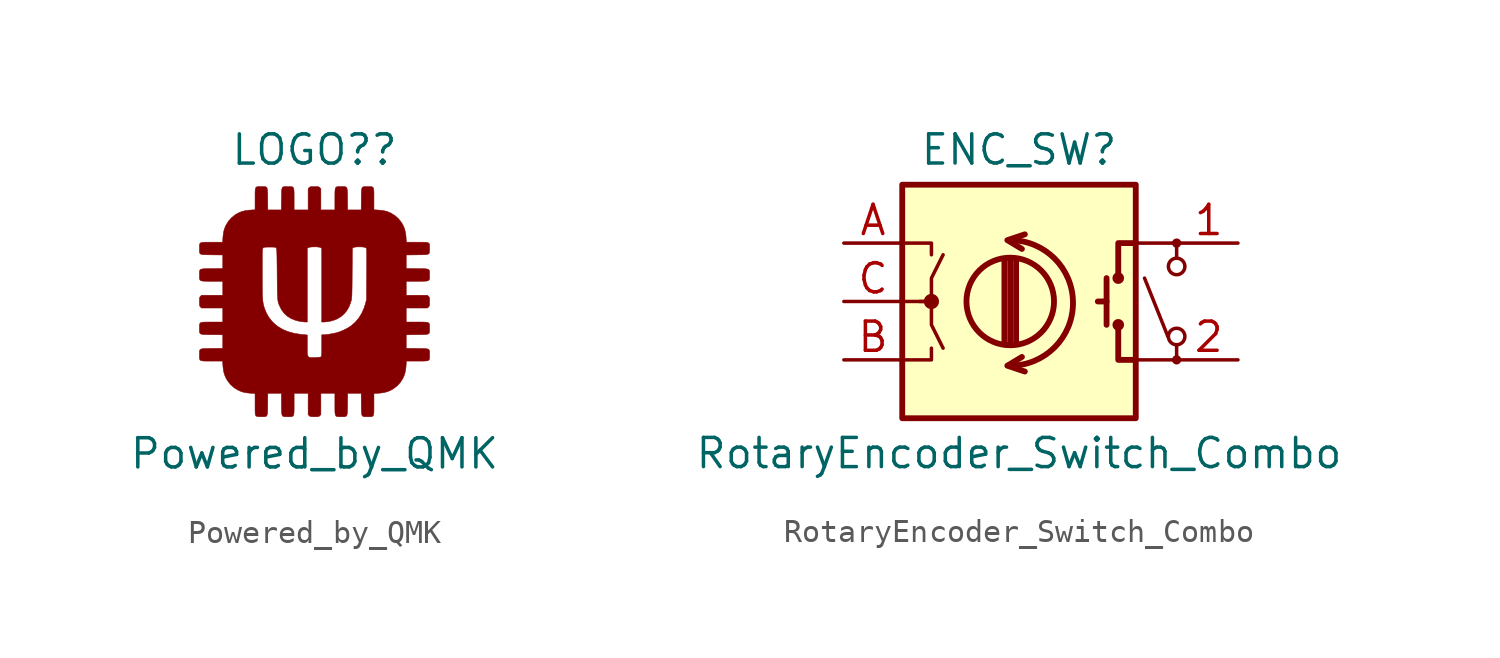
<source format=kicad_sym>
(kicad_symbol_lib
  (version 20211014)
  (generator kicad_symbol_editor)
  (symbol "Powered_by_QMK"
    (pin_names
      (offset 1.016))
    (property "Reference" "LOGO?"
      (at 0 6.604 0)
      (effects (font (size 1.27 1.27))))
    (property "Value" "Powered_by_QMK"
      (at 0 -6.604 0)
      (effects (font (size 1.27 1.27))))
    (symbol "Powered_by_QMK_0_0"
      (polyline (pts (xy 2.315 -5.003) (xy 2.388 -5.003) (xy 2.45 -5.002) (xy 2.497 -4.995) (xy 2.532 -4.978) (xy 2.556 -4.948) (xy 2.571 -4.901) (xy 2.58 -4.832) (xy 2.584 -4.739) (xy 2.584 -4.616) (xy 2.584 -4.46) (xy 2.584 -3.993) (xy 2.776 -3.982) (xy 2.857 -3.976) (xy 3.027 -3.952) (xy 3.175 -3.912) (xy 3.311 -3.855) (xy 3.438 -3.781) (xy 3.603 -3.653) (xy 3.74 -3.5) (xy 3.849 -3.322) (xy 3.888 -3.238) (xy 3.935 -3.1) (xy 3.965 -2.95) (xy 3.982 -2.776) (xy 3.993 -2.584) (xy 4.46 -2.584) (xy 4.607 -2.584) (xy 4.732 -2.584) (xy 4.827 -2.58) (xy 4.897 -2.572) (xy 4.946 -2.557) (xy 4.976 -2.534) (xy 4.994 -2.5) (xy 5.001 -2.453) (xy 5.003 -2.393) (xy 5.003 -2.315) (xy 5.003 -2.239) (xy 5.002 -2.176) (xy 4.995 -2.128) (xy 4.978 -2.093) (xy 4.948 -2.068) (xy 4.901 -2.052) (xy 4.832 -2.043) (xy 4.738 -2.038) (xy 4.615 -2.036) (xy 4.46 -2.034) (xy 3.987 -2.029) (xy 3.987 -1.442) (xy 4.46 -1.436) (xy 4.609 -1.435) (xy 4.734 -1.432) (xy 4.829 -1.428) (xy 4.898 -1.419) (xy 4.946 -1.403) (xy 4.977 -1.379) (xy 4.994 -1.344) (xy 5.001 -1.297) (xy 5.003 -1.236) (xy 5.003 -1.157) (xy 5.003 -1.085) (xy 5.001 -1.022) (xy 4.994 -0.975) (xy 4.977 -0.94) (xy 4.946 -0.915) (xy 4.899 -0.899) (xy 4.829 -0.891) (xy 4.735 -0.887) (xy 4.611 -0.886) (xy 4.455 -0.886) (xy 3.987 -0.886) (xy 3.987 -0.277) (xy 4.912 -0.277) (xy 4.958 -0.23) (xy 4.979 -0.207) (xy 4.992 -0.181) (xy 4.999 -0.143) (xy 5.002 -0.086) (xy 5.003 0) (xy 5.003 0.005) (xy 5.002 0.089) (xy 4.998 0.145) (xy 4.991 0.182) (xy 4.978 0.208) (xy 4.957 0.232) (xy 4.912 0.277) (xy 3.987 0.277) (xy 3.987 0.886) (xy 4.452 0.886) (xy 4.601 0.886) (xy 4.727 0.887) (xy 4.823 0.89) (xy 4.894 0.899) (xy 4.943 0.914) (xy 4.975 0.937) (xy 4.993 0.971) (xy 5.001 1.018) (xy 5.003 1.078) (xy 5.003 1.155) (xy 5.003 1.231) (xy 5.002 1.294) (xy 4.995 1.342) (xy 4.978 1.377) (xy 4.948 1.402) (xy 4.901 1.418) (xy 4.832 1.427) (xy 4.738 1.432) (xy 4.615 1.434) (xy 4.46 1.436) (xy 3.987 1.442) (xy 3.987 2.029) (xy 4.46 2.034) (xy 4.61 2.036) (xy 4.734 2.038) (xy 4.829 2.043) (xy 4.899 2.052) (xy 4.947 2.067) (xy 4.977 2.092) (xy 4.994 2.127) (xy 5.001 2.174) (xy 5.003 2.236) (xy 5.003 2.315) (xy 5.003 2.388) (xy 5.002 2.45) (xy 4.995 2.497) (xy 4.978 2.532) (xy 4.948 2.556) (xy 4.901 2.571) (xy 4.832 2.58) (xy 4.739 2.584) (xy 4.616 2.584) (xy 4.46 2.584) (xy 3.993 2.584) (xy 3.982 2.776) (xy 3.973 2.887) (xy 3.948 3.045) (xy 3.908 3.187) (xy 3.849 3.322) (xy 3.777 3.446) (xy 3.649 3.607) (xy 3.494 3.743) (xy 3.311 3.855) (xy 3.253 3.882) (xy 3.113 3.932) (xy 2.957 3.964) (xy 2.776 3.982) (xy 2.584 3.993) (xy 2.584 4.46) (xy 2.584 4.607) (xy 2.584 4.732) (xy 2.58 4.827) (xy 2.572 4.897) (xy 2.557 4.946) (xy 2.534 4.976) (xy 2.5 4.994) (xy 2.453 5.001) (xy 2.393 5.003) (xy 2.315 5.002) (xy 2.239 5.003) (xy 2.176 5.002) (xy 2.128 4.995) (xy 2.093 4.978) (xy 2.068 4.948) (xy 2.052 4.901) (xy 2.043 4.832) (xy 2.038 4.738) (xy 2.036 4.615) (xy 2.034 4.46) (xy 2.029 3.987) (xy 1.442 3.987) (xy 1.436 4.46) (xy 1.435 4.609) (xy 1.432 4.734) (xy 1.428 4.828) (xy 1.419 4.898) (xy 1.403 4.946) (xy 1.379 4.977) (xy 1.344 4.994) (xy 1.297 5.001) (xy 1.236 5.003) (xy 1.157 5.002) (xy 1.085 5.003) (xy 1.022 5.001) (xy 0.975 4.994) (xy 0.94 4.977) (xy 0.915 4.946) (xy 0.899 4.899) (xy 0.891 4.829) (xy 0.887 4.735) (xy 0.886 4.611) (xy 0.886 4.455) (xy 0.886 3.987) (xy 0.277 3.987) (xy 0.277 4.912) (xy 0.232 4.957) (xy 0.23 4.958) (xy 0.207 4.979) (xy 0.181 4.992) (xy 0.143 4.999) (xy 0.086 5.002) (xy 0 5.002) (xy -0.005 5.002) (xy -0.089 5.002) (xy -0.145 4.998) (xy -0.182 4.991) (xy -0.208 4.978) (xy -0.232 4.957) (xy -0.277 4.912) (xy -0.277 3.987) (xy -0.886 3.987) (xy -0.886 4.452) (xy -0.886 4.601) (xy -0.887 4.727) (xy -0.89 4.823) (xy -0.899 4.894) (xy -0.914 4.943) (xy -0.937 4.975) (xy -0.971 4.993) (xy -1.018 5.001) (xy -1.078 5.003) (xy -1.155 5.002) (xy -1.231 5.003) (xy -1.294 5.002) (xy -1.342 4.995) (xy -1.377 4.978) (xy -1.402 4.948) (xy -1.418 4.901) (xy -1.427 4.832) (xy -1.432 4.738) (xy -1.434 4.615) (xy -1.436 4.46) (xy -1.442 3.987) (xy -2.029 3.987) (xy -2.034 4.46) (xy -2.036 4.61) (xy -2.038 4.734) (xy -2.043 4.829) (xy -2.052 4.899) (xy -2.067 4.947) (xy -2.092 4.977) (xy -2.127 4.994) (xy -2.174 5.001) (xy -2.236 5.003) (xy -2.315 5.002) (xy -2.388 5.003) (xy -2.45 5.001) (xy -2.497 4.994) (xy -2.532 4.978) (xy -2.556 4.948) (xy -2.571 4.901) (xy -2.58 4.832) (xy -2.584 4.739) (xy -2.584 4.616) (xy -2.584 4.46) (xy -2.584 3.993) (xy -2.776 3.982) (xy -2.86 3.976) (xy -3.028 3.952) (xy -3.176 3.912) (xy -3.312 3.854) (xy -3.441 3.779) (xy -3.605 3.65) (xy -3.743 3.494) (xy -3.854 3.312) (xy -3.882 3.251) (xy -3.932 3.111) (xy -3.964 2.956) (xy -3.982 2.776) (xy -3.993 2.584) (xy -4.46 2.584) (xy -4.607 2.584) (xy -4.732 2.584) (xy -4.827 2.58) (xy -4.897 2.572) (xy -4.946 2.557) (xy -4.976 2.534) (xy -4.994 2.5) (xy -5.001 2.453) (xy -5.003 2.393) (xy -5.002 2.315) (xy -5.003 2.239) (xy -5.002 2.176) (xy -4.995 2.128) (xy -4.978 2.093) (xy -4.948 2.068) (xy -4.901 2.052) (xy -4.832 2.043) (xy -4.738 2.038) (xy -4.615 2.036) (xy -4.46 2.034) (xy -3.987 2.029) (xy -3.987 1.478) (xy -2.27 1.478) (xy -2.27 1.667) (xy -2.27 1.824) (xy -2.269 1.953) (xy -2.268 2.058) (xy -2.267 2.14) (xy -2.264 2.203) (xy -2.261 2.249) (xy -2.257 2.282) (xy -2.253 2.304) (xy -2.247 2.319) (xy -2.24 2.329) (xy -2.232 2.337) (xy -2.223 2.344) (xy -2.201 2.356) (xy -2.169 2.364) (xy -2.12 2.369) (xy -2.048 2.371) (xy -1.946 2.372) (xy -1.912 2.372) (xy -1.819 2.371) (xy -1.754 2.368) (xy -1.712 2.362) (xy -1.685 2.353) (xy -1.667 2.339) (xy -1.664 2.336) (xy -1.657 2.325) (xy -1.652 2.309) (xy -1.647 2.284) (xy -1.643 2.248) (xy -1.639 2.197) (xy -1.637 2.129) (xy -1.634 2.042) (xy -1.632 1.931) (xy -1.63 1.795) (xy -1.628 1.63) (xy -1.626 1.434) (xy -1.624 1.204) (xy -1.623 1.101) (xy -1.621 0.876) (xy -1.619 0.684) (xy -1.616 0.521) (xy -1.613 0.385) (xy -1.609 0.27) (xy -1.604 0.175) (xy -1.597 0.096) (xy -1.588 0.03) (xy -1.577 -0.026) (xy -1.563 -0.075) (xy -1.546 -0.122) (xy -1.526 -0.169) (xy -1.502 -0.218) (xy -1.474 -0.275) (xy -1.43 -0.356) (xy -1.32 -0.507) (xy -1.184 -0.631) (xy -1.022 -0.732) (xy -0.831 -0.809) (xy -0.764 -0.829) (xy -0.633 -0.859) (xy -0.504 -0.878) (xy -0.392 -0.886) (xy -0.314 -0.886) (xy -0.314 2.328) (xy -0.25 2.354) (xy -0.215 2.365) (xy -0.142 2.376) (xy -0.052 2.381) (xy 0.043 2.382) (xy 0.134 2.377) (xy 0.21 2.368) (xy 0.259 2.353) (xy 0.314 2.325) (xy 0.314 -0.886) (xy 0.402 -0.886) (xy 0.42 -0.886) (xy 0.56 -0.873) (xy 0.711 -0.845) (xy 0.855 -0.803) (xy 0.979 -0.752) (xy 1.152 -0.651) (xy 1.3 -0.521) (xy 1.423 -0.365) (xy 1.52 -0.184) (xy 1.59 0.021) (xy 1.595 0.042) (xy 1.603 0.075) (xy 1.61 0.11) (xy 1.615 0.149) (xy 1.62 0.197) (xy 1.623 0.256) (xy 1.627 0.329) (xy 1.629 0.42) (xy 1.631 0.532) (xy 1.633 0.667) (xy 1.635 0.83) (xy 1.636 1.024) (xy 1.638 1.251) (xy 1.646 2.326) (xy 1.699 2.354) (xy 1.703 2.356) (xy 1.754 2.37) (xy 1.833 2.379) (xy 1.944 2.381) (xy 2.031 2.38) (xy 2.131 2.372) (xy 2.2 2.357) (xy 2.243 2.333) (xy 2.263 2.3) (xy 2.264 2.279) (xy 2.265 2.224) (xy 2.267 2.138) (xy 2.268 2.025) (xy 2.268 1.889) (xy 2.268 1.731) (xy 2.268 1.557) (xy 2.267 1.369) (xy 2.266 1.171) (xy 2.26 0.083) (xy 2.21 -0.101) (xy 2.157 -0.268) (xy 2.055 -0.502) (xy 1.926 -0.711) (xy 1.77 -0.894) (xy 1.589 -1.051) (xy 1.547 -1.081) (xy 1.416 -1.16) (xy 1.268 -1.236) (xy 1.118 -1.3) (xy 0.978 -1.346) (xy 0.909 -1.363) (xy 0.8 -1.386) (xy 0.683 -1.407) (xy 0.569 -1.424) (xy 0.468 -1.435) (xy 0.392 -1.44) (xy 0.314 -1.44) (xy 0.314 -2.016) (xy 0.314 -2.136) (xy 0.312 -2.226) (xy 0.311 -2.292) (xy 0.307 -2.337) (xy 0.302 -2.367) (xy 0.295 -2.384) (xy 0.285 -2.395) (xy 0.272 -2.402) (xy 0.253 -2.409) (xy 0.199 -2.418) (xy 0.123 -2.425) (xy 0.037 -2.429) (xy -0.052 -2.432) (xy -0.135 -2.433) (xy -0.198 -2.427) (xy -0.244 -2.413) (xy -0.276 -2.384) (xy -0.297 -2.338) (xy -0.308 -2.271) (xy -0.313 -2.179) (xy -0.314 -2.057) (xy -0.314 -1.902) (xy -0.314 -1.448) (xy -0.553 -1.425) (xy -0.642 -1.415) (xy -0.915 -1.369) (xy -1.162 -1.299) (xy -1.383 -1.206) (xy -1.581 -1.088) (xy -1.757 -0.945) (xy -1.854 -0.846) (xy -1.987 -0.676) (xy -2.093 -0.489) (xy -2.177 -0.277) (xy -2.192 -0.228) (xy -2.209 -0.171) (xy -2.223 -0.112) (xy -2.235 -0.05) (xy -2.244 0.02) (xy -2.252 0.101) (xy -2.258 0.195) (xy -2.263 0.307) (xy -2.266 0.439) (xy -2.268 0.595) (xy -2.27 0.778) (xy -2.27 0.992) (xy -2.27 1.238) (xy -2.27 1.478) (xy -3.987 1.478) (xy -3.987 1.442) (xy -4.46 1.436) (xy -4.609 1.435) (xy -4.734 1.432) (xy -4.828 1.428) (xy -4.898 1.419) (xy -4.946 1.403) (xy -4.977 1.379) (xy -4.994 1.344) (xy -5.001 1.297) (xy -5.003 1.236) (xy -5.002 1.157) (xy -5.003 1.085) (xy -5.001 1.022) (xy -4.994 0.975) (xy -4.977 0.94) (xy -4.946 0.915) (xy -4.899 0.899) (xy -4.829 0.891) (xy -4.735 0.887) (xy -4.611 0.886) (xy -4.455 0.886) (xy -3.987 0.886) (xy -3.987 0.277) (xy -4.912 0.277) (xy -4.958 0.23) (xy -4.979 0.207) (xy -4.992 0.181) (xy -4.999 0.143) (xy -5.002 0.086) (xy -5.002 0) (xy -5.002 -0.005) (xy -5.002 -0.089) (xy -4.998 -0.146) (xy -4.991 -0.182) (xy -4.978 -0.208) (xy -4.957 -0.232) (xy -4.912 -0.277) (xy -3.987 -0.277) (xy -3.987 -0.886) (xy -4.452 -0.886) (xy -4.601 -0.886) (xy -4.727 -0.887) (xy -4.823 -0.89) (xy -4.894 -0.899) (xy -4.943 -0.914) (xy -4.975 -0.937) (xy -4.993 -0.971) (xy -5.001 -1.018) (xy -5.003 -1.078) (xy -5.002 -1.155) (xy -5.003 -1.231) (xy -5.002 -1.294) (xy -4.995 -1.342) (xy -4.978 -1.377) (xy -4.948 -1.402) (xy -4.901 -1.418) (xy -4.832 -1.427) (xy -4.738 -1.432) (xy -4.615 -1.435) (xy -4.46 -1.436) (xy -3.987 -1.442) (xy -3.987 -2.029) (xy -4.46 -2.034) (xy -4.61 -2.036) (xy -4.734 -2.038) (xy -4.829 -2.043) (xy -4.899 -2.052) (xy -4.947 -2.067) (xy -4.977 -2.092) (xy -4.994 -2.127) (xy -5.001 -2.174) (xy -5.003 -2.236) (xy -5.002 -2.315) (xy -5.003 -2.388) (xy -5.001 -2.45) (xy -4.994 -2.497) (xy -4.978 -2.532) (xy -4.948 -2.556) (xy -4.901 -2.571) (xy -4.832 -2.58) (xy -4.739 -2.584) (xy -4.616 -2.584) (xy -4.46 -2.584) (xy -3.993 -2.584) (xy -3.982 -2.776) (xy -3.976 -2.86) (xy -3.952 -3.028) (xy -3.912 -3.176) (xy -3.854 -3.312) (xy -3.779 -3.441) (xy -3.65 -3.605) (xy -3.494 -3.743) (xy -3.312 -3.854) (xy -3.251 -3.882) (xy -3.111 -3.932) (xy -2.956 -3.964) (xy -2.776 -3.982) (xy -2.584 -3.993) (xy -2.584 -4.537) (xy -2.584 -4.664) (xy -2.583 -4.76) (xy -2.581 -4.831) (xy -2.578 -4.881) (xy -2.573 -4.915) (xy -2.566 -4.937) (xy -2.556 -4.952) (xy -2.544 -4.965) (xy -2.529 -4.977) (xy -2.502 -4.99) (xy -2.463 -4.998) (xy -2.403 -5.002) (xy -2.315 -5.003) (xy -2.239 -5.003) (xy -2.176 -5.002) (xy -2.128 -4.995) (xy -2.093 -4.978) (xy -2.068 -4.948) (xy -2.052 -4.901) (xy -2.043 -4.832) (xy -2.038 -4.738) (xy -2.036 -4.615) (xy -2.034 -4.46) (xy -2.029 -3.987) (xy -1.442 -3.987) (xy -1.436 -4.46) (xy -1.435 -4.609) (xy -1.432 -4.734) (xy -1.428 -4.829) (xy -1.419 -4.898) (xy -1.403 -4.946) (xy -1.379 -4.977) (xy -1.344 -4.994) (xy -1.297 -5.001) (xy -1.236 -5.003) (xy -1.157 -5.003) (xy -1.085 -5.003) (xy -1.022 -5.001) (xy -0.975 -4.994) (xy -0.94 -4.977) (xy -0.915 -4.946) (xy -0.899 -4.899) (xy -0.891 -4.829) (xy -0.887 -4.735) (xy -0.886 -4.611) (xy -0.886 -4.455) (xy -0.886 -3.987) (xy -0.277 -3.987) (xy -0.277 -4.912) (xy -0.232 -4.957) (xy -0.23 -4.958) (xy -0.207 -4.979) (xy -0.181 -4.992) (xy -0.143 -4.999) (xy -0.086 -5.002) (xy 0 -5.003) (xy 0.005 -5.003) (xy 0.089 -5.002) (xy 0.146 -4.998) (xy 0.182 -4.991) (xy 0.208 -4.978) (xy 0.232 -4.957) (xy 0.277 -4.912) (xy 0.277 -3.987) (xy 0.886 -3.987) (xy 0.886 -4.452) (xy 0.886 -4.601) (xy 0.887 -4.727) (xy 0.89 -4.823) (xy 0.899 -4.894) (xy 0.914 -4.943) (xy 0.937 -4.975) (xy 0.971 -4.993) (xy 1.018 -5.001) (xy 1.078 -5.003) (xy 1.155 -5.003) (xy 1.231 -5.003) (xy 1.294 -5.002) (xy 1.342 -4.995) (xy 1.377 -4.978) (xy 1.402 -4.948) (xy 1.418 -4.901) (xy 1.427 -4.832) (xy 1.432 -4.738) (xy 1.435 -4.615) (xy 1.436 -4.46) (xy 1.442 -3.987) (xy 2.029 -3.987) (xy 2.034 -4.46) (xy 2.036 -4.61) (xy 2.038 -4.734) (xy 2.043 -4.829) (xy 2.052 -4.899) (xy 2.067 -4.947) (xy 2.092 -4.977) (xy 2.127 -4.994) (xy 2.174 -5.001) (xy 2.236 -5.003) (xy 2.315 -5.003)) (stroke (width 0.01) (type default) (color 0 0 0 0)) (fill (type outline)))))
  (symbol "RotaryEncoder_Switch_Combo"
    (pin_names
      (offset 0.254) hide)
    (property "Reference" "ENC_SW"
      (at 0 6.604 0)
      (effects (font (size 1.27 1.27))))
    (property "Value" "RotaryEncoder_Switch_Combo"
      (at 0 -6.604 0)
      (effects (font (size 1.27 1.27))))
    (symbol "RotaryEncoder_Switch_Combo_0_1"
      (rectangle (start -5.08 5.08) (end 5.08 -5.08) (stroke (width 0.254) (type default) (color 0 0 0 0)) (fill (type background)))
      (circle (center -3.81 0) (radius 0.254) (stroke (width 0) (type default) (color 0 0 0 0)) (fill (type outline)))
      (arc (start -0.381 -2.794) (mid 2.3622 -0.0508) (end -0.381 2.667) (stroke (width 0.254) (type default) (color 0 0 0 0)) (fill (type none)))
      (circle (center -0.381 0) (radius 1.905) (stroke (width 0.254) (type default) (color 0 0 0 0)) (fill (type none)))
      (polyline (pts (xy -0.635 -1.778) (xy -0.635 1.778)) (stroke (width 0.254) (type default) (color 0 0 0 0)) (fill (type none)))
      (polyline (pts (xy -0.381 -1.778) (xy -0.381 1.778)) (stroke (width 0.254) (type default) (color 0 0 0 0)) (fill (type none)))
      (polyline (pts (xy -0.127 1.778) (xy -0.127 -1.778)) (stroke (width 0.254) (type default) (color 0 0 0 0)) (fill (type none)))
      (polyline (pts (xy 3.81 0) (xy 3.429 0)) (stroke (width 0.254) (type default) (color 0 0 0 0)) (fill (type none)))
      (polyline (pts (xy 3.81 1.016) (xy 3.81 -1.016)) (stroke (width 0.254) (type default) (color 0 0 0 0)) (fill (type none)))
      (polyline (pts (xy 6.477 -1.524) (xy 5.461 1.016)) (stroke (width 0) (type default) (color 0 0 0 0)) (fill (type none)))
      (polyline (pts (xy 6.858 -2.54) (xy 5.08 -2.54)) (stroke (width 0) (type default) (color 0 0 0 0)) (fill (type none)))
      (polyline (pts (xy 6.858 -1.905) (xy 6.858 -2.54)) (stroke (width 0) (type default) (color 0 0 0 0)) (fill (type none)))
      (polyline (pts (xy 6.858 1.905) (xy 6.858 2.54)) (stroke (width 0) (type default) (color 0 0 0 0)) (fill (type none)))
      (polyline (pts (xy 6.858 2.54) (xy 5.08 2.54)) (stroke (width 0) (type default) (color 0 0 0 0)) (fill (type none)))
      (polyline (pts (xy -5.08 -2.54) (xy -3.81 -2.54) (xy -3.81 -2.032)) (stroke (width 0) (type default) (color 0 0 0 0)) (fill (type none)))
      (polyline (pts (xy -5.08 2.54) (xy -3.81 2.54) (xy -3.81 2.032)) (stroke (width 0) (type default) (color 0 0 0 0)) (fill (type none)))
      (polyline (pts (xy 0.254 -3.048) (xy -0.508 -2.794) (xy 0.127 -2.413)) (stroke (width 0.254) (type default) (color 0 0 0 0)) (fill (type none)))
      (polyline (pts (xy 0.254 2.921) (xy -0.508 2.667) (xy 0.127 2.286)) (stroke (width 0.254) (type default) (color 0 0 0 0)) (fill (type none)))
      (polyline (pts (xy 5.08 -2.54) (xy 4.318 -2.54) (xy 4.318 -1.016)) (stroke (width 0.254) (type default) (color 0 0 0 0)) (fill (type none)))
      (polyline (pts (xy 5.08 2.54) (xy 4.318 2.54) (xy 4.318 1.016)) (stroke (width 0.254) (type default) (color 0 0 0 0)) (fill (type none)))
      (polyline (pts (xy -5.08 0) (xy -3.81 0) (xy -3.81 -1.016) (xy -3.302 -2.032)) (stroke (width 0) (type default) (color 0 0 0 0)) (fill (type none)))
      (polyline (pts (xy -4.318 0) (xy -3.81 0) (xy -3.81 1.016) (xy -3.302 2.032)) (stroke (width 0) (type default) (color 0 0 0 0)) (fill (type none)))
      (circle (center 4.318 -1.016) (radius 0.127) (stroke (width 0.254) (type default) (color 0 0 0 0)) (fill (type none)))
      (circle (center 4.318 1.016) (radius 0.127) (stroke (width 0.254) (type default) (color 0 0 0 0)) (fill (type none)))
      (circle (center 6.858 -2.54) (radius 0.127) (stroke (width 0) (type default) (color 0 0 0 0)) (fill (type none)))
      (circle (center 6.858 -1.524) (radius 0.359) (stroke (width 0) (type default) (color 0 0 0 0)) (fill (type none)))
      (circle (center 6.858 1.524) (radius 0.359) (stroke (width 0) (type default) (color 0 0 0 0)) (fill (type none)))
      (circle (center 6.858 2.54) (radius 0.127) (stroke (width 0) (type default) (color 0 0 0 0)) (fill (type none))))
    (symbol "RotaryEncoder_Switch_Combo_1_1"
      (pin passive line (at 9.525 2.54 180) (length 2.54) (name "1" (effects (font (size 1.27 1.27)))) (number "1" (effects (font (size 1.27 1.27)))))
      (pin passive line (at 9.525 -2.54 180) (length 2.54) (name "2" (effects (font (size 1.27 1.27)))) (number "2" (effects (font (size 1.27 1.27)))))
      (pin passive line (at -7.62 2.54 0) (length 2.54) (name "A" (effects (font (size 1.27 1.27)))) (number "A" (effects (font (size 1.27 1.27)))))
      (pin passive line (at -7.62 -2.54 0) (length 2.54) (name "B" (effects (font (size 1.27 1.27)))) (number "B" (effects (font (size 1.27 1.27)))))
      (pin passive line (at -7.62 0 0) (length 2.54) (name "C" (effects (font (size 1.27 1.27)))) (number "C" (effects (font (size 1.27 1.27))))))))
</source>
